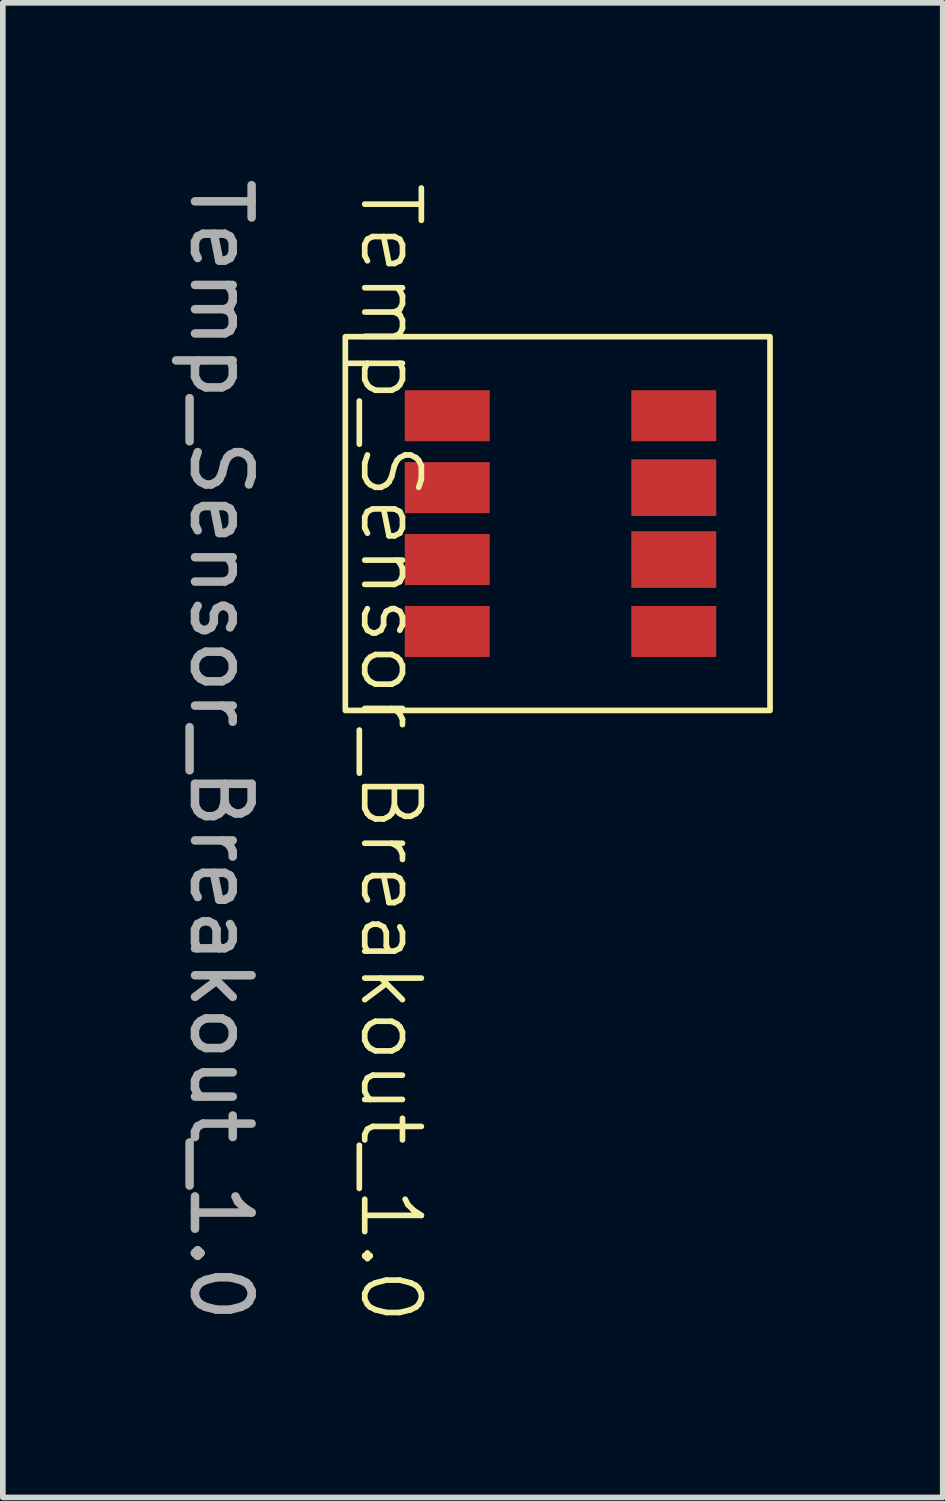
<source format=kicad_pcb>
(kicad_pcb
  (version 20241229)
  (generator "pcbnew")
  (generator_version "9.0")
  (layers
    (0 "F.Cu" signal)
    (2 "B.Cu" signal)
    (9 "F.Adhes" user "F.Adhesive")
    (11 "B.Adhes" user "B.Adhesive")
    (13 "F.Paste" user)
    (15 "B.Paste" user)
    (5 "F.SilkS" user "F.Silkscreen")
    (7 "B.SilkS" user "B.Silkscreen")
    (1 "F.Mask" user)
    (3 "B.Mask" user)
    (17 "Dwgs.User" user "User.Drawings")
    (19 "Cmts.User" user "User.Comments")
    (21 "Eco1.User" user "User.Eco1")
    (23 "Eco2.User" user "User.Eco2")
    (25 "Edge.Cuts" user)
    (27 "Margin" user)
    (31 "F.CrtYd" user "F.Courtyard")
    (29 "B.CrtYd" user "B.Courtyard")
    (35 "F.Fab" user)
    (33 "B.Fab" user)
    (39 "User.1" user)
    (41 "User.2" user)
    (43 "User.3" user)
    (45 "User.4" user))
  (footprint "Temp_Sensor_Breakout_1.0"
    (layer "F.Cu")
    (at 6.848 6.196)
    (property "Reference" "Temp_Sensor_Breakout_1.0" (at -3 4.05 270) (unlocked yes) (layer "F.SilkS") (effects (font (size 1 1) (thickness 0.1))))
    (attr smd)
    (fp_rect (start -3.8 -3.3) (end 3.7 3.3) (stroke (width 0.1) (type default)) (fill no) (layer "F.SilkS"))
    (fp_text user "${REFERENCE}" (at -6 4 270) (unlocked yes) (layer "F.Fab") (effects (font (size 1 1) (thickness 0.15))))
    (pad "1" smd rect (at -2 -1.905 270) (size 0.9 1.5) (layers "F.Cu" "F.Mask" "F.Paste"))
    (pad "2" smd rect (at -2 -0.635 270) (size 0.9 1.5) (layers "F.Cu" "F.Mask" "F.Paste"))
    (pad "3" smd rect (at -2 0.635 270) (size 0.9 1.5) (layers "F.Cu" "F.Mask" "F.Paste"))
    (pad "4" smd rect (at -2 1.905 270) (size 0.9 1.5) (layers "F.Cu" "F.Mask" "F.Paste"))
    (pad "5" smd rect (at 2 -1.905 270) (size 0.9 1.5) (layers "F.Cu" "F.Mask" "F.Paste"))
    (pad "6" smd rect (at 2 -0.635 270) (size 1 1.5) (layers "F.Cu" "F.Mask" "F.Paste"))
    (pad "7" smd rect (at 2 0.635 270) (size 1 1.5) (layers "F.Cu" "F.Mask" "F.Paste"))
    (pad "8" smd rect (at 2 1.905 270) (size 0.9 1.5) (layers "F.Cu" "F.Mask" "F.Paste")))
  (gr_rect
    (start -3 -3)
    (end 13.598 23.393)
    (stroke (width 0.1) (type default))
    (fill no)
    (layer "Edge.Cuts")))
</source>
